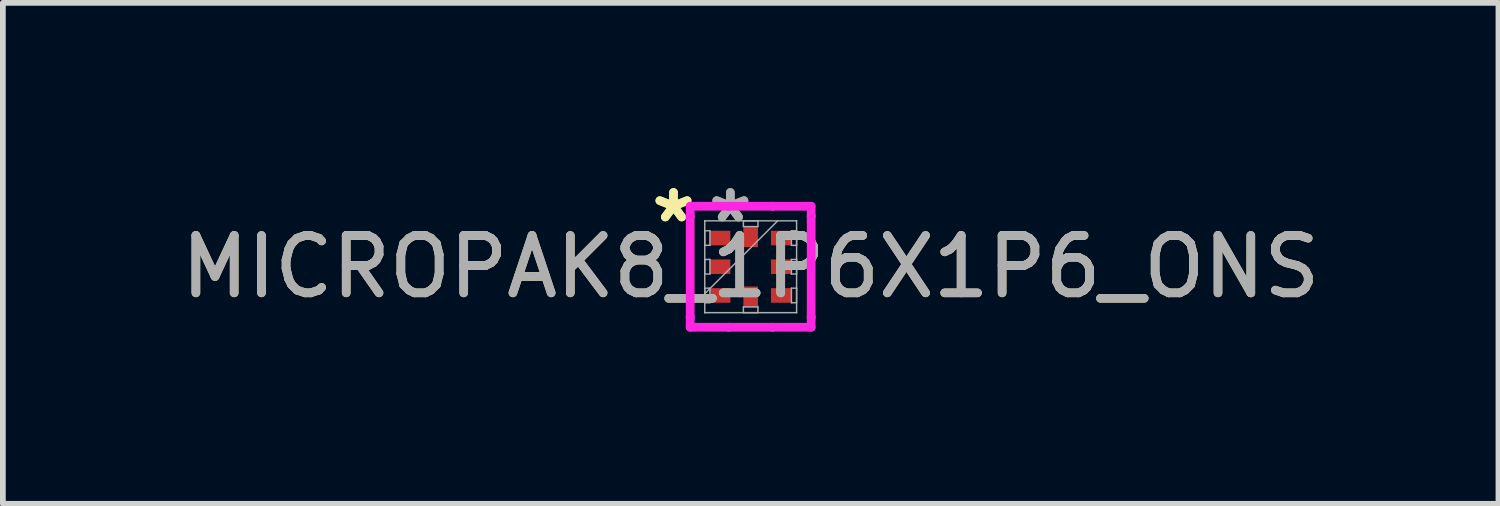
<source format=kicad_pcb>
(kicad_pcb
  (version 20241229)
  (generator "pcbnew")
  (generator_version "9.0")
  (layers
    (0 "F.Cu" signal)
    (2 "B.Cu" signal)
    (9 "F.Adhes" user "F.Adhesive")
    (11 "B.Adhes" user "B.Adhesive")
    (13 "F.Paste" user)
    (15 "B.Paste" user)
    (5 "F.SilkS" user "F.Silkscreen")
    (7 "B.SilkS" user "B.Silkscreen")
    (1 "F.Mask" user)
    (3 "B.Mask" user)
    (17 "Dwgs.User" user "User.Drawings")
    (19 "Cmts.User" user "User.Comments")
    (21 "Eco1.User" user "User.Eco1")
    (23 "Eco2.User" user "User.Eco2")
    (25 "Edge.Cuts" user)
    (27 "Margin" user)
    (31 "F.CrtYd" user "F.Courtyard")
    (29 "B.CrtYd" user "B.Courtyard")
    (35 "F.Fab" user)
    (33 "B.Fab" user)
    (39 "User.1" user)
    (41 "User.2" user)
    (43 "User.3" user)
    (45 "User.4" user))
  (footprint "MICROPAK8_1P6X1P6_ONS"
    (layer "F.Cu")
    (at 10.03 1.598)
    (property "Reference" "MICROPAK8_1P6X1P6_ONS" (at 0 0 0) (unlocked yes) (layer "F.SilkS") (effects (font (size 1 1) (thickness 0.15))))
    (attr smd)
    (fp_line (start -1.054 -1.054) (end -0.381 -1.054) (stroke (width 0.152) (type solid)) (layer "F.CrtYd"))
    (fp_line (start -1.054 -0.881) (end -1.054 -1.054) (stroke (width 0.152) (type solid)) (layer "F.CrtYd"))
    (fp_line (start -1.054 -0.881) (end -1.054 -0.881) (stroke (width 0.152) (type solid)) (layer "F.CrtYd"))
    (fp_line (start -1.054 0.881) (end -1.054 -0.881) (stroke (width 0.152) (type solid)) (layer "F.CrtYd"))
    (fp_line (start -1.054 0.881) (end -1.054 0.881) (stroke (width 0.152) (type solid)) (layer "F.CrtYd"))
    (fp_line (start -1.054 1.054) (end -1.054 0.881) (stroke (width 0.152) (type solid)) (layer "F.CrtYd"))
    (fp_line (start -0.381 -1.054) (end -0.381 -1.054) (stroke (width 0.152) (type solid)) (layer "F.CrtYd"))
    (fp_line (start -0.381 -1.054) (end 0.381 -1.054) (stroke (width 0.152) (type solid)) (layer "F.CrtYd"))
    (fp_line (start -0.381 1.054) (end -1.054 1.054) (stroke (width 0.152) (type solid)) (layer "F.CrtYd"))
    (fp_line (start -0.381 1.054) (end -0.381 1.054) (stroke (width 0.152) (type solid)) (layer "F.CrtYd"))
    (fp_line (start 0.381 -1.054) (end 0.381 -1.054) (stroke (width 0.152) (type solid)) (layer "F.CrtYd"))
    (fp_line (start 0.381 -1.054) (end 1.054 -1.054) (stroke (width 0.152) (type solid)) (layer "F.CrtYd"))
    (fp_line (start 0.381 1.054) (end -0.381 1.054) (stroke (width 0.152) (type solid)) (layer "F.CrtYd"))
    (fp_line (start 0.381 1.054) (end 0.381 1.054) (stroke (width 0.152) (type solid)) (layer "F.CrtYd"))
    (fp_line (start 1.054 -1.054) (end 1.054 -0.881) (stroke (width 0.152) (type solid)) (layer "F.CrtYd"))
    (fp_line (start 1.054 -0.881) (end 1.054 -0.881) (stroke (width 0.152) (type solid)) (layer "F.CrtYd"))
    (fp_line (start 1.054 -0.881) (end 1.054 0.881) (stroke (width 0.152) (type solid)) (layer "F.CrtYd"))
    (fp_line (start 1.054 0.881) (end 1.054 0.881) (stroke (width 0.152) (type solid)) (layer "F.CrtYd"))
    (fp_line (start 1.054 0.881) (end 1.054 1.054) (stroke (width 0.152) (type solid)) (layer "F.CrtYd"))
    (fp_line (start 1.054 1.054) (end 0.381 1.054) (stroke (width 0.152) (type solid)) (layer "F.CrtYd"))
    (fp_line (start -0.8 -0.8) (end -0.8 -0.8) (stroke (width 0.025) (type solid)) (layer "F.Fab"))
    (fp_line (start -0.8 -0.8) (end -0.8 0.8) (stroke (width 0.025) (type solid)) (layer "F.Fab"))
    (fp_line (start -0.8 -0.627) (end -0.71 -0.627) (stroke (width 0.025) (type solid)) (layer "F.Fab"))
    (fp_line (start -0.8 -0.373) (end -0.8 -0.627) (stroke (width 0.025) (type solid)) (layer "F.Fab"))
    (fp_line (start -0.8 -0.127) (end -0.71 -0.127) (stroke (width 0.025) (type solid)) (layer "F.Fab"))
    (fp_line (start -0.8 0.127) (end -0.8 -0.127) (stroke (width 0.025) (type solid)) (layer "F.Fab"))
    (fp_line (start -0.8 0.373) (end -0.71 0.373) (stroke (width 0.025) (type solid)) (layer "F.Fab"))
    (fp_line (start -0.8 0.47) (end 0.47 -0.8) (stroke (width 0.025) (type solid)) (layer "F.Fab"))
    (fp_line (start -0.8 0.627) (end -0.8 0.373) (stroke (width 0.025) (type solid)) (layer "F.Fab"))
    (fp_line (start -0.8 0.8) (end -0.8 0.8) (stroke (width 0.025) (type solid)) (layer "F.Fab"))
    (fp_line (start -0.8 0.8) (end 0.8 0.8) (stroke (width 0.025) (type solid)) (layer "F.Fab"))
    (fp_line (start -0.71 -0.627) (end -0.71 -0.373) (stroke (width 0.025) (type solid)) (layer "F.Fab"))
    (fp_line (start -0.71 -0.373) (end -0.8 -0.373) (stroke (width 0.025) (type solid)) (layer "F.Fab"))
    (fp_line (start -0.71 -0.127) (end -0.71 0.127) (stroke (width 0.025) (type solid)) (layer "F.Fab"))
    (fp_line (start -0.71 0.127) (end -0.8 0.127) (stroke (width 0.025) (type solid)) (layer "F.Fab"))
    (fp_line (start -0.71 0.373) (end -0.71 0.627) (stroke (width 0.025) (type solid)) (layer "F.Fab"))
    (fp_line (start -0.71 0.627) (end -0.8 0.627) (stroke (width 0.025) (type solid)) (layer "F.Fab"))
    (fp_line (start -0.127 -0.8) (end 0.127 -0.8) (stroke (width 0.025) (type solid)) (layer "F.Fab"))
    (fp_line (start -0.127 -0.7) (end -0.127 -0.8) (stroke (width 0.025) (type solid)) (layer "F.Fab"))
    (fp_line (start -0.127 0.7) (end 0.127 0.7) (stroke (width 0.025) (type solid)) (layer "F.Fab"))
    (fp_line (start -0.127 0.8) (end -0.127 0.7) (stroke (width 0.025) (type solid)) (layer "F.Fab"))
    (fp_line (start 0.127 -0.8) (end 0.127 -0.7) (stroke (width 0.025) (type solid)) (layer "F.Fab"))
    (fp_line (start 0.127 -0.7) (end -0.127 -0.7) (stroke (width 0.025) (type solid)) (layer "F.Fab"))
    (fp_line (start 0.127 0.7) (end 0.127 0.8) (stroke (width 0.025) (type solid)) (layer "F.Fab"))
    (fp_line (start 0.127 0.8) (end -0.127 0.8) (stroke (width 0.025) (type solid)) (layer "F.Fab"))
    (fp_line (start 0.71 -0.627) (end 0.8 -0.627) (stroke (width 0.025) (type solid)) (layer "F.Fab"))
    (fp_line (start 0.71 -0.373) (end 0.71 -0.627) (stroke (width 0.025) (type solid)) (layer "F.Fab"))
    (fp_line (start 0.71 -0.127) (end 0.8 -0.127) (stroke (width 0.025) (type solid)) (layer "F.Fab"))
    (fp_line (start 0.71 0.127) (end 0.71 -0.127) (stroke (width 0.025) (type solid)) (layer "F.Fab"))
    (fp_line (start 0.71 0.373) (end 0.8 0.373) (stroke (width 0.025) (type solid)) (layer "F.Fab"))
    (fp_line (start 0.71 0.627) (end 0.71 0.373) (stroke (width 0.025) (type solid)) (layer "F.Fab"))
    (fp_line (start 0.8 -0.8) (end -0.8 -0.8) (stroke (width 0.025) (type solid)) (layer "F.Fab"))
    (fp_line (start 0.8 -0.8) (end 0.8 -0.8) (stroke (width 0.025) (type solid)) (layer "F.Fab"))
    (fp_line (start 0.8 -0.627) (end 0.8 -0.373) (stroke (width 0.025) (type solid)) (layer "F.Fab"))
    (fp_line (start 0.8 -0.373) (end 0.71 -0.373) (stroke (width 0.025) (type solid)) (layer "F.Fab"))
    (fp_line (start 0.8 -0.127) (end 0.8 0.127) (stroke (width 0.025) (type solid)) (layer "F.Fab"))
    (fp_line (start 0.8 0.127) (end 0.71 0.127) (stroke (width 0.025) (type solid)) (layer "F.Fab"))
    (fp_line (start 0.8 0.373) (end 0.8 0.627) (stroke (width 0.025) (type solid)) (layer "F.Fab"))
    (fp_line (start 0.8 0.627) (end 0.71 0.627) (stroke (width 0.025) (type solid)) (layer "F.Fab"))
    (fp_line (start 0.8 0.8) (end 0.8 -0.8) (stroke (width 0.025) (type solid)) (layer "F.Fab"))
    (fp_line (start 0.8 0.8) (end 0.8 0.8) (stroke (width 0.025) (type solid)) (layer "F.Fab"))
    (fp_text user "*" (at -1.345 -0.75 0) (unlocked yes) (layer "F.SilkS") (effects (font (size 1 1) (thickness 0.15))))
    (fp_text user "*" (at -1.345 -0.75 0) (layer "F.SilkS") (effects (font (size 1 1) (thickness 0.15))))
    (fp_text user "${REFERENCE}" (at 0 0 0) (unlocked yes) (layer "F.Fab") (effects (font (size 1 1) (thickness 0.15))))
    (fp_text user "*" (at -0.354 -0.75 0) (layer "F.Fab") (effects (font (size 1 1) (thickness 0.15))))
    (fp_text user "*" (at -0.354 -0.75 0) (unlocked yes) (layer "F.Fab") (effects (font (size 1 1) (thickness 0.15))))
    (pad "1" smd rect (at -0.532 -0.5 90) (size 0.254 0.356) (layers "F.Cu" "F.Mask" "F.Paste"))
    (pad "2" smd rect (at -0.532 0 90) (size 0.254 0.356) (layers "F.Cu" "F.Mask" "F.Paste"))
    (pad "3" smd rect (at -0.532 0.5 90) (size 0.254 0.356) (layers "F.Cu" "F.Mask" "F.Paste"))
    (pad "4" smd rect (at 0 0.522) (size 0.254 0.356) (layers "F.Cu" "F.Mask" "F.Paste"))
    (pad "5" smd rect (at 0.532 0.5 90) (size 0.254 0.356) (layers "F.Cu" "F.Mask" "F.Paste"))
    (pad "6" smd rect (at 0.532 0 90) (size 0.254 0.356) (layers "F.Cu" "F.Mask" "F.Paste"))
    (pad "7" smd rect (at 0.532 -0.5 90) (size 0.254 0.356) (layers "F.Cu" "F.Mask" "F.Paste"))
    (pad "8" smd rect (at 0 -0.522) (size 0.254 0.356) (layers "F.Cu" "F.Mask" "F.Paste")))
  (gr_rect
    (start -3 -3)
    (end 23.06 5.729)
    (stroke (width 0.1) (type default))
    (fill no)
    (layer "Edge.Cuts")))
</source>
